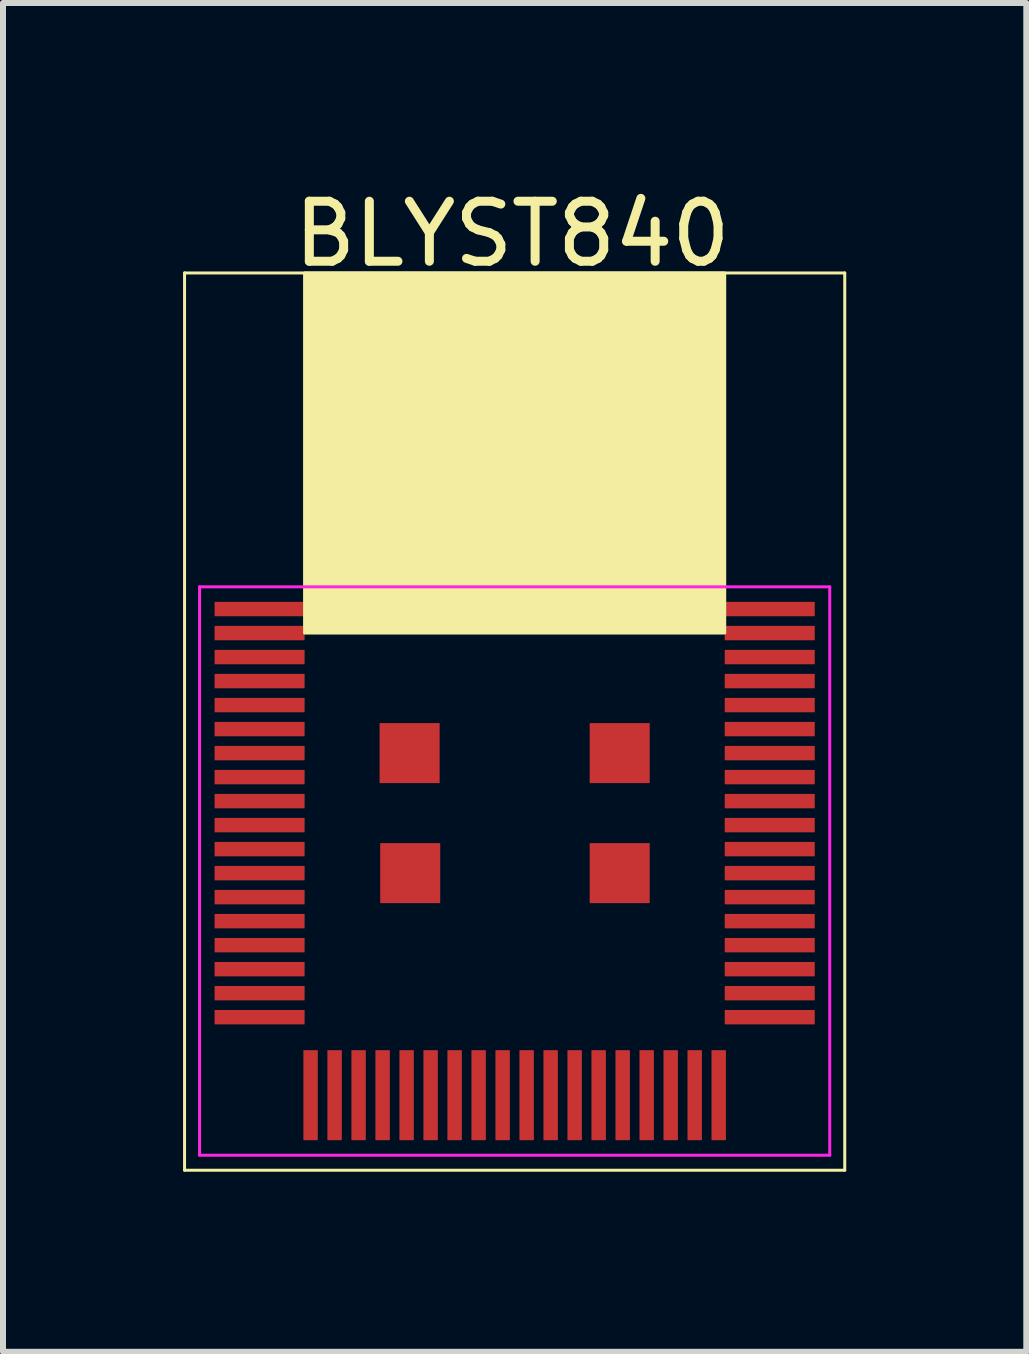
<source format=kicad_pcb>
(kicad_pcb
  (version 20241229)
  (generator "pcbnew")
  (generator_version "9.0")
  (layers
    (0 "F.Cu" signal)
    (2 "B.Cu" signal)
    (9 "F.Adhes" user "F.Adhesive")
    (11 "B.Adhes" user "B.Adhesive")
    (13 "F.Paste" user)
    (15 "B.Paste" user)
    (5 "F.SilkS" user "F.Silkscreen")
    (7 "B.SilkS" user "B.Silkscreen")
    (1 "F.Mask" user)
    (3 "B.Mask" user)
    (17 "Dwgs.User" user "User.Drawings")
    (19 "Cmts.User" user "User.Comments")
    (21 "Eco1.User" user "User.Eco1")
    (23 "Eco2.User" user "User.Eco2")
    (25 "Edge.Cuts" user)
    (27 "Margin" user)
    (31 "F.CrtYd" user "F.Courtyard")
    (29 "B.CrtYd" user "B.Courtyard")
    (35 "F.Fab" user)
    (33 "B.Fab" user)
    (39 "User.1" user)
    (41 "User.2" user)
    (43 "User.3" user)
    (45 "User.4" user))
  (footprint "BLYST840"
    (layer "F.Cu")
    (at 5.525 7.098)
    (property "Reference" "BLYST840" (at -0.04 -6.25 0) (layer "F.SilkS") (effects (font (size 1 1) (thickness 0.15))))
    (attr smd)
    (fp_line (start -5.5 -5.6) (end 5.5 -5.6) (stroke (width 0.05) (type solid)) (layer "F.SilkS"))
    (fp_line (start -5.5 9.35) (end -5.5 -5.6) (stroke (width 0.05) (type solid)) (layer "F.SilkS"))
    (fp_line (start 5.5 -5.6) (end 5.5 9.35) (stroke (width 0.05) (type solid)) (layer "F.SilkS"))
    (fp_line (start 5.5 9.35) (end -5.5 9.35) (stroke (width 0.05) (type solid)) (layer "F.SilkS"))
    (fp_poly (pts (xy 3.5 -5.6) (xy 3.5 0.4) (xy -3.5 0.4) (xy -3.5 -5.6)) (stroke (width 0.05) (type solid)) (fill yes) (layer "F.SilkS"))
    (fp_line (start -5.25 -0.37) (end 5.25 -0.37) (stroke (width 0.05) (type solid)) (layer "F.CrtYd"))
    (fp_line (start -5.25 9.1) (end -5.25 -0.37) (stroke (width 0.05) (type solid)) (layer "F.CrtYd"))
    (fp_line (start 5.25 -0.37) (end 5.25 9.1) (stroke (width 0.05) (type solid)) (layer "F.CrtYd"))
    (fp_line (start 5.25 9.1) (end -5.25 9.1) (stroke (width 0.05) (type solid)) (layer "F.CrtYd"))
    (pad "1" smd rect (at -4.25 0 270) (size 0.24 1.5) (layers "F.Cu" "F.Mask" "F.Paste"))
    (pad "2" smd rect (at -4.25 0.4 270) (size 0.24 1.5) (layers "F.Cu" "F.Mask" "F.Paste"))
    (pad "3" smd rect (at -4.25 0.8 270) (size 0.24 1.5) (layers "F.Cu" "F.Mask" "F.Paste"))
    (pad "4" smd rect (at -4.25 1.2 270) (size 0.24 1.5) (layers "F.Cu" "F.Mask" "F.Paste"))
    (pad "5" smd rect (at -4.25 1.6 270) (size 0.24 1.5) (layers "F.Cu" "F.Mask" "F.Paste"))
    (pad "6" smd rect (at -4.25 2 270) (size 0.24 1.5) (layers "F.Cu" "F.Mask" "F.Paste"))
    (pad "7" smd rect (at -4.25 2.4 270) (size 0.24 1.5) (layers "F.Cu" "F.Mask" "F.Paste"))
    (pad "8" smd rect (at -4.25 2.8 270) (size 0.24 1.5) (layers "F.Cu" "F.Mask" "F.Paste"))
    (pad "9" smd rect (at -4.25 3.2 270) (size 0.24 1.5) (layers "F.Cu" "F.Mask" "F.Paste"))
    (pad "10" smd rect (at -4.25 3.6 270) (size 0.24 1.5) (layers "F.Cu" "F.Mask" "F.Paste"))
    (pad "11" smd rect (at -4.25 4 270) (size 0.24 1.5) (layers "F.Cu" "F.Mask" "F.Paste"))
    (pad "12" smd rect (at -4.25 4.4 270) (size 0.24 1.5) (layers "F.Cu" "F.Mask" "F.Paste"))
    (pad "13" smd rect (at -4.25 4.8 270) (size 0.24 1.5) (layers "F.Cu" "F.Mask" "F.Paste"))
    (pad "14" smd rect (at -4.25 5.2 270) (size 0.24 1.5) (layers "F.Cu" "F.Mask" "F.Paste"))
    (pad "15" smd rect (at -4.25 5.6 270) (size 0.24 1.5) (layers "F.Cu" "F.Mask" "F.Paste"))
    (pad "16" smd rect (at -4.25 6 270) (size 0.24 1.5) (layers "F.Cu" "F.Mask" "F.Paste"))
    (pad "17" smd rect (at -4.25 6.4 270) (size 0.24 1.5) (layers "F.Cu" "F.Mask" "F.Paste"))
    (pad "18" smd rect (at -4.25 6.8 270) (size 0.24 1.5) (layers "F.Cu" "F.Mask" "F.Paste"))
    (pad "19" smd rect (at -3.4 8.1) (size 0.24 1.5) (layers "F.Cu" "F.Mask" "F.Paste"))
    (pad "20" smd rect (at -3 8.1) (size 0.24 1.5) (layers "F.Cu" "F.Mask" "F.Paste"))
    (pad "21" smd rect (at -2.6 8.1) (size 0.24 1.5) (layers "F.Cu" "F.Mask" "F.Paste"))
    (pad "22" smd rect (at -2.2 8.1) (size 0.24 1.5) (layers "F.Cu" "F.Mask" "F.Paste"))
    (pad "23" smd rect (at -1.8 8.1) (size 0.24 1.5) (layers "F.Cu" "F.Mask" "F.Paste"))
    (pad "24" smd rect (at -1.4 8.1) (size 0.24 1.5) (layers "F.Cu" "F.Mask" "F.Paste"))
    (pad "25" smd rect (at -1 8.1) (size 0.24 1.5) (layers "F.Cu" "F.Mask" "F.Paste"))
    (pad "26" smd rect (at -0.6 8.1) (size 0.24 1.5) (layers "F.Cu" "F.Mask" "F.Paste"))
    (pad "27" smd rect (at -0.2 8.1) (size 0.24 1.5) (layers "F.Cu" "F.Mask" "F.Paste"))
    (pad "28" smd rect (at 0.2 8.1 180) (size 0.24 1.5) (layers "F.Cu" "F.Mask" "F.Paste"))
    (pad "29" smd rect (at 0.6 8.1 180) (size 0.24 1.5) (layers "F.Cu" "F.Mask" "F.Paste"))
    (pad "30" smd rect (at 1 8.1 180) (size 0.24 1.5) (layers "F.Cu" "F.Mask" "F.Paste"))
    (pad "31" smd rect (at 1.4 8.1 180) (size 0.24 1.5) (layers "F.Cu" "F.Mask" "F.Paste"))
    (pad "32" smd rect (at 1.8 8.1 180) (size 0.24 1.5) (layers "F.Cu" "F.Mask" "F.Paste"))
    (pad "33" smd rect (at 2.2 8.1 180) (size 0.24 1.5) (layers "F.Cu" "F.Mask" "F.Paste"))
    (pad "34" smd rect (at 2.6 8.1 180) (size 0.24 1.5) (layers "F.Cu" "F.Mask" "F.Paste"))
    (pad "35" smd rect (at 3 8.1 180) (size 0.24 1.5) (layers "F.Cu" "F.Mask" "F.Paste"))
    (pad "36" smd rect (at 3.4 8.1 180) (size 0.24 1.5) (layers "F.Cu" "F.Mask" "F.Paste"))
    (pad "37" smd rect (at 4.25 6.8 270) (size 0.24 1.5) (layers "F.Cu" "F.Mask" "F.Paste"))
    (pad "38" smd rect (at 4.25 6.4 270) (size 0.24 1.5) (layers "F.Cu" "F.Mask" "F.Paste"))
    (pad "39" smd rect (at 4.25 6 270) (size 0.24 1.5) (layers "F.Cu" "F.Mask" "F.Paste"))
    (pad "40" smd rect (at 4.25 5.6 270) (size 0.24 1.5) (layers "F.Cu" "F.Mask" "F.Paste"))
    (pad "41" smd rect (at 4.25 5.2 270) (size 0.24 1.5) (layers "F.Cu" "F.Mask" "F.Paste"))
    (pad "42" smd rect (at 4.25 4.8 270) (size 0.24 1.5) (layers "F.Cu" "F.Mask" "F.Paste"))
    (pad "43" smd rect (at 4.25 4.4 270) (size 0.24 1.5) (layers "F.Cu" "F.Mask" "F.Paste"))
    (pad "44" smd rect (at 4.25 4 270) (size 0.24 1.5) (layers "F.Cu" "F.Mask" "F.Paste"))
    (pad "45" smd rect (at 4.25 3.6 270) (size 0.24 1.5) (layers "F.Cu" "F.Mask" "F.Paste"))
    (pad "46" smd rect (at 4.25 3.2 270) (size 0.24 1.5) (layers "F.Cu" "F.Mask" "F.Paste"))
    (pad "47" smd rect (at 4.25 2.8 270) (size 0.24 1.5) (layers "F.Cu" "F.Mask" "F.Paste"))
    (pad "48" smd rect (at 4.25 2.4 270) (size 0.24 1.5) (layers "F.Cu" "F.Mask" "F.Paste"))
    (pad "49" smd rect (at 4.25 2 270) (size 0.24 1.5) (layers "F.Cu" "F.Mask" "F.Paste"))
    (pad "50" smd rect (at 4.25 1.6 270) (size 0.24 1.5) (layers "F.Cu" "F.Mask" "F.Paste"))
    (pad "51" smd rect (at 4.25 1.2 270) (size 0.24 1.5) (layers "F.Cu" "F.Mask" "F.Paste"))
    (pad "52" smd rect (at 4.25 0.8 270) (size 0.24 1.5) (layers "F.Cu" "F.Mask" "F.Paste"))
    (pad "53" smd rect (at 4.25 0.4 270) (size 0.24 1.5) (layers "F.Cu" "F.Mask" "F.Paste"))
    (pad "54" smd rect (at 4.25 0 270) (size 0.24 1.5) (layers "F.Cu" "F.Mask" "F.Paste"))
    (pad "55" smd rect (at -1.75 2.4 270) (size 1 1) (layers "F.Cu" "F.Mask" "F.Paste"))
    (pad "56" smd rect (at 1.75 2.4 270) (size 1 1) (layers "F.Cu" "F.Mask" "F.Paste"))
    (pad "57" smd rect (at -1.74 4.4 270) (size 1 1) (layers "F.Cu" "F.Mask" "F.Paste"))
    (pad "58" smd rect (at 1.75 4.4 270) (size 1 1) (layers "F.Cu" "F.Mask" "F.Paste")))
  (gr_rect
    (start -3 -3)
    (end 14.05 19.473)
    (stroke (width 0.1) (type default))
    (fill no)
    (layer "Edge.Cuts")))
</source>
